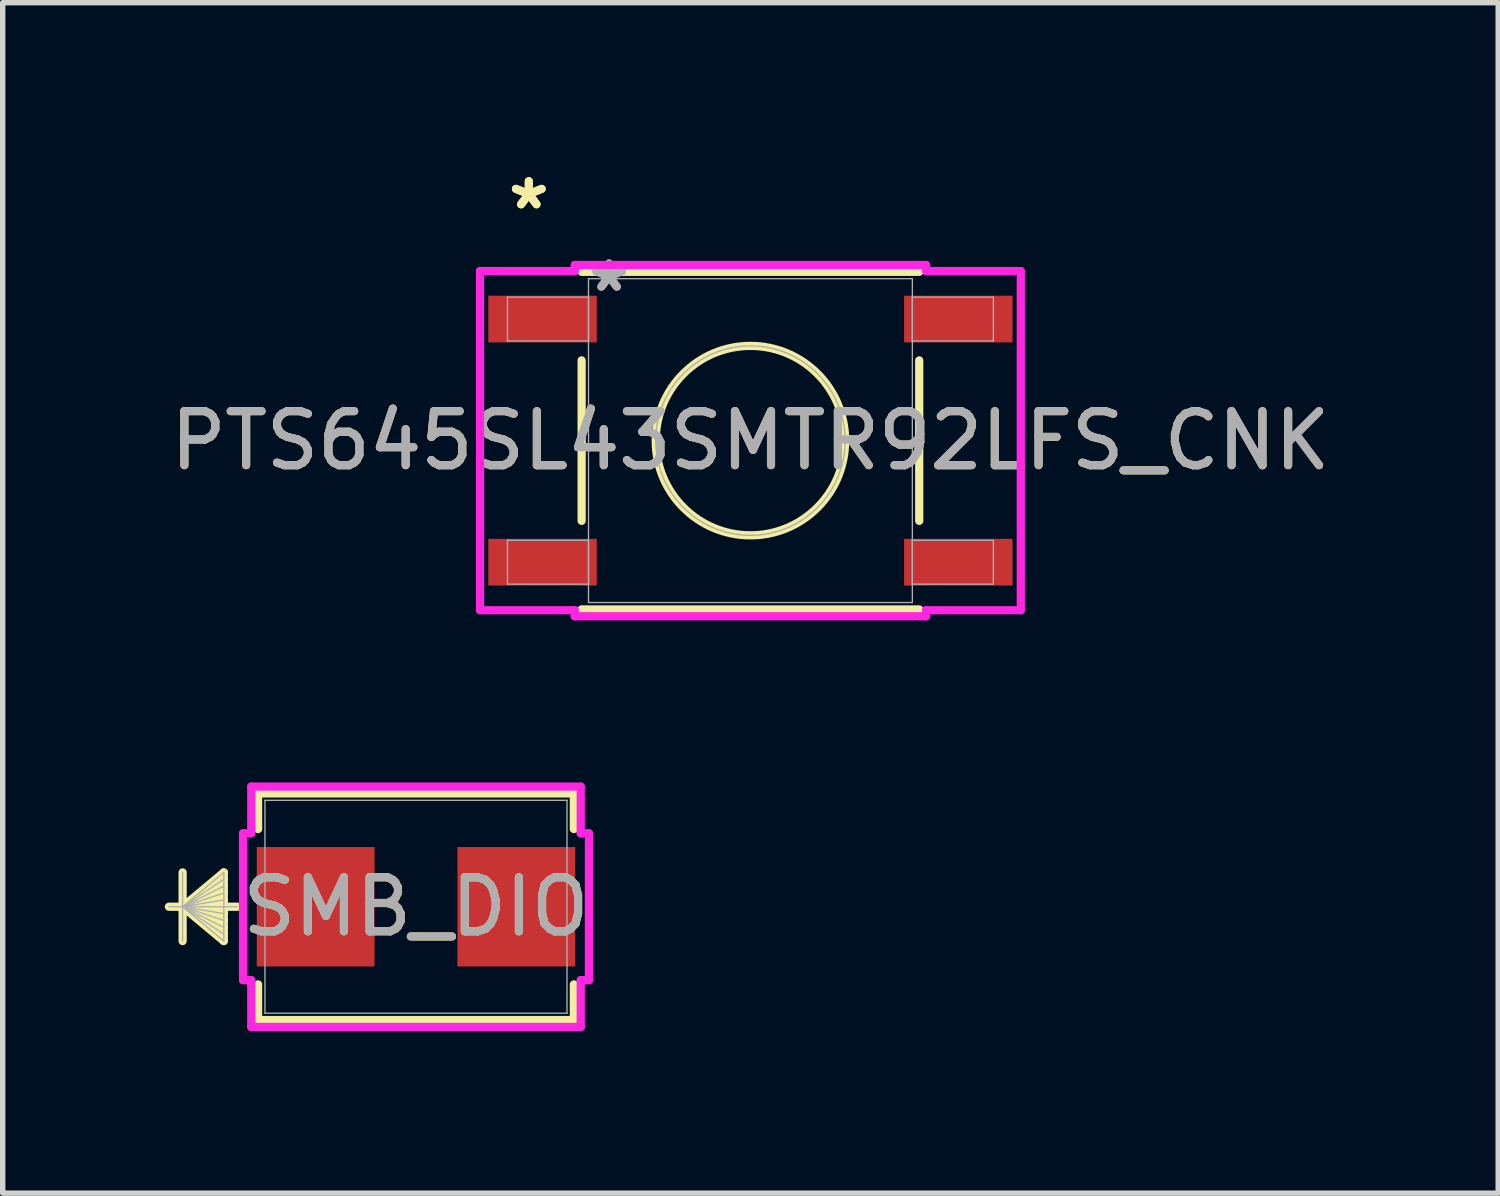
<source format=kicad_pcb>
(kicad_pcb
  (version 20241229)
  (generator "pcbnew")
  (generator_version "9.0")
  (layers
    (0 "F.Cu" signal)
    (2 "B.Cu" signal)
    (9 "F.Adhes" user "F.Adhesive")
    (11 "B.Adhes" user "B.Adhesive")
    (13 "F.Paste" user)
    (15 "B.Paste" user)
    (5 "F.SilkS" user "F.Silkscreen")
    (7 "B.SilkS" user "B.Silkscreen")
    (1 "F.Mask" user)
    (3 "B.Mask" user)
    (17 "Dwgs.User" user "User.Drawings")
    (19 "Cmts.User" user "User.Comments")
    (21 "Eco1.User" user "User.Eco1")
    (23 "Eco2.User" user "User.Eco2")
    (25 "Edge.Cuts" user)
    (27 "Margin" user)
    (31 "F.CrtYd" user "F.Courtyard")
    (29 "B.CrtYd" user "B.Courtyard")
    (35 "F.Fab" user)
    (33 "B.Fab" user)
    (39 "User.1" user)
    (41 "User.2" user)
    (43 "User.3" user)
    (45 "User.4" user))
  (footprint "SMB_DIO"
    (layer "F.Cu")
    (at 4.649 13.732)
    (property "Reference" "SMB_DIO" (at 0 0 0) (unlocked yes) (layer "F.SilkS") (effects (font (size 1 1) (thickness 0.15))))
    (attr smd)
    (fp_line (start -4.319 -0.635) (end -4.319 0.635) (stroke (width 0.152) (type solid)) (layer "F.SilkS"))
    (fp_line (start -4.319 0) (end -3.557 -0.635) (stroke (width 0.152) (type solid)) (layer "F.SilkS"))
    (fp_line (start -4.319 0) (end -3.557 -0.508) (stroke (width 0.152) (type solid)) (layer "F.SilkS"))
    (fp_line (start -4.319 0) (end -3.557 -0.381) (stroke (width 0.152) (type solid)) (layer "F.SilkS"))
    (fp_line (start -4.319 0) (end -3.557 -0.254) (stroke (width 0.152) (type solid)) (layer "F.SilkS"))
    (fp_line (start -4.319 0) (end -3.557 -0.127) (stroke (width 0.152) (type solid)) (layer "F.SilkS"))
    (fp_line (start -4.319 0) (end -3.557 0.127) (stroke (width 0.152) (type solid)) (layer "F.SilkS"))
    (fp_line (start -4.319 0) (end -3.557 0.254) (stroke (width 0.152) (type solid)) (layer "F.SilkS"))
    (fp_line (start -4.319 0) (end -3.557 0.381) (stroke (width 0.152) (type solid)) (layer "F.SilkS"))
    (fp_line (start -4.319 0) (end -3.557 0.508) (stroke (width 0.152) (type solid)) (layer "F.SilkS"))
    (fp_line (start -4.319 0) (end -3.557 0.635) (stroke (width 0.152) (type solid)) (layer "F.SilkS"))
    (fp_line (start -3.557 -0.635) (end -3.557 0.635) (stroke (width 0.152) (type solid)) (layer "F.SilkS"))
    (fp_line (start -3.303 0) (end -4.573 0) (stroke (width 0.152) (type solid)) (layer "F.SilkS"))
    (fp_line (start -2.922 -2.097) (end -2.922 -1.438) (stroke (width 0.152) (type solid)) (layer "F.SilkS"))
    (fp_line (start -2.922 1.438) (end -2.922 2.097) (stroke (width 0.152) (type solid)) (layer "F.SilkS"))
    (fp_line (start -2.922 2.097) (end 2.922 2.097) (stroke (width 0.152) (type solid)) (layer "F.SilkS"))
    (fp_line (start 2.922 -2.097) (end -2.922 -2.097) (stroke (width 0.152) (type solid)) (layer "F.SilkS"))
    (fp_line (start 2.922 -1.438) (end 2.922 -2.097) (stroke (width 0.152) (type solid)) (layer "F.SilkS"))
    (fp_line (start 2.922 2.097) (end 2.922 1.438) (stroke (width 0.152) (type solid)) (layer "F.SilkS"))
    (fp_line (start -3.201 -1.359) (end -3.049 -1.359) (stroke (width 0.152) (type solid)) (layer "F.CrtYd"))
    (fp_line (start -3.201 1.359) (end -3.201 -1.359) (stroke (width 0.152) (type solid)) (layer "F.CrtYd"))
    (fp_line (start -3.049 -2.224) (end 3.049 -2.224) (stroke (width 0.152) (type solid)) (layer "F.CrtYd"))
    (fp_line (start -3.049 -1.359) (end -3.049 -2.224) (stroke (width 0.152) (type solid)) (layer "F.CrtYd"))
    (fp_line (start -3.049 1.359) (end -3.201 1.359) (stroke (width 0.152) (type solid)) (layer "F.CrtYd"))
    (fp_line (start -3.049 2.224) (end -3.049 1.359) (stroke (width 0.152) (type solid)) (layer "F.CrtYd"))
    (fp_line (start 3.049 -2.224) (end 3.049 -1.359) (stroke (width 0.152) (type solid)) (layer "F.CrtYd"))
    (fp_line (start 3.049 -1.359) (end 3.201 -1.359) (stroke (width 0.152) (type solid)) (layer "F.CrtYd"))
    (fp_line (start 3.049 1.359) (end 3.049 2.224) (stroke (width 0.152) (type solid)) (layer "F.CrtYd"))
    (fp_line (start 3.049 2.224) (end -3.049 2.224) (stroke (width 0.152) (type solid)) (layer "F.CrtYd"))
    (fp_line (start 3.201 -1.359) (end 3.201 1.359) (stroke (width 0.152) (type solid)) (layer "F.CrtYd"))
    (fp_line (start 3.201 1.359) (end 3.049 1.359) (stroke (width 0.152) (type solid)) (layer "F.CrtYd"))
    (fp_line (start -4.319 -0.635) (end -4.319 0.635) (stroke (width 0.025) (type solid)) (layer "F.Fab"))
    (fp_line (start -4.319 0) (end -3.557 -0.635) (stroke (width 0.025) (type solid)) (layer "F.Fab"))
    (fp_line (start -4.319 0) (end -3.557 -0.508) (stroke (width 0.025) (type solid)) (layer "F.Fab"))
    (fp_line (start -4.319 0) (end -3.557 -0.381) (stroke (width 0.025) (type solid)) (layer "F.Fab"))
    (fp_line (start -4.319 0) (end -3.557 -0.254) (stroke (width 0.025) (type solid)) (layer "F.Fab"))
    (fp_line (start -4.319 0) (end -3.557 -0.127) (stroke (width 0.025) (type solid)) (layer "F.Fab"))
    (fp_line (start -4.319 0) (end -3.557 0.127) (stroke (width 0.025) (type solid)) (layer "F.Fab"))
    (fp_line (start -4.319 0) (end -3.557 0.254) (stroke (width 0.025) (type solid)) (layer "F.Fab"))
    (fp_line (start -4.319 0) (end -3.557 0.381) (stroke (width 0.025) (type solid)) (layer "F.Fab"))
    (fp_line (start -4.319 0) (end -3.557 0.508) (stroke (width 0.025) (type solid)) (layer "F.Fab"))
    (fp_line (start -4.319 0) (end -3.557 0.635) (stroke (width 0.025) (type solid)) (layer "F.Fab"))
    (fp_line (start -3.557 -0.635) (end -3.557 0.635) (stroke (width 0.025) (type solid)) (layer "F.Fab"))
    (fp_line (start -3.303 0) (end -4.573 0) (stroke (width 0.025) (type solid)) (layer "F.Fab"))
    (fp_line (start -2.795 -1.97) (end -2.795 1.97) (stroke (width 0.025) (type solid)) (layer "F.Fab"))
    (fp_line (start -2.795 1.97) (end 2.795 1.97) (stroke (width 0.025) (type solid)) (layer "F.Fab"))
    (fp_line (start 2.795 -1.97) (end -2.795 -1.97) (stroke (width 0.025) (type solid)) (layer "F.Fab"))
    (fp_line (start 2.795 1.97) (end 2.795 -1.97) (stroke (width 0.025) (type solid)) (layer "F.Fab"))
    (fp_text user "${REFERENCE}" (at 0 0 0) (unlocked yes) (layer "F.Fab") (effects (font (size 1 1) (thickness 0.15))))
    (pad "1" smd rect (at -1.857 0 90) (size 2.21 2.18) (layers "F.Cu" "F.Mask" "F.Paste"))
    (pad "2" smd rect (at 1.857 0 90) (size 2.21 2.18) (layers "F.Cu" "F.Mask" "F.Paste"))
    (zone (net_name "") (layer "F.Cu") (hatch full 0.508) (connect_pads) (min_thickness 0.254) (filled_areas_thickness no) (keepout (tracks not_allowed) (vias not_allowed) (pads allowed) (copperpour not_allowed) (footprints allowed)) (placement (enabled no)) (fill) (polygon (pts (xy 1.905 11.813) (xy 7.393 11.813) (xy 7.393 12.577) (xy 1.905 12.577))))
    (zone (net_name "") (layer "F.Cu") (hatch full 0.508) (connect_pads) (min_thickness 0.254) (filled_areas_thickness no) (keepout (tracks not_allowed) (vias not_allowed) (pads allowed) (copperpour not_allowed) (footprints allowed)) (placement (enabled no)) (fill) (polygon (pts (xy 1.905 14.888) (xy 7.393 14.888) (xy 7.393 15.652) (xy 1.905 15.652))))
    (zone (net_name "") (layer "F.Cu") (hatch full 0.508) (connect_pads) (min_thickness 0.254) (filled_areas_thickness no) (keepout (tracks not_allowed) (vias not_allowed) (pads allowed) (copperpour not_allowed) (footprints allowed)) (placement (enabled no)) (fill) (polygon (pts (xy 3.933 12.577) (xy 5.365 12.577) (xy 5.365 14.888) (xy 3.933 14.888)))))
  (footprint "PTS645SL43SMTR92LFS_CNK"
    (layer "F.Cu")
    (at 10.839 5.105)
    (property "Reference" "PTS645SL43SMTR92LFS_CNK" (at 0 0 0) (unlocked yes) (layer "F.SilkS") (effects (font (size 1 1) (thickness 0.15))))
    (attr smd)
    (fp_line (start -3.124 -1.485) (end -3.124 1.485) (stroke (width 0.152) (type solid)) (layer "F.SilkS"))
    (fp_line (start -3.124 3.124) (end 3.124 3.124) (stroke (width 0.152) (type solid)) (layer "F.SilkS"))
    (fp_line (start 3.124 -3.124) (end -3.124 -3.124) (stroke (width 0.152) (type solid)) (layer "F.SilkS"))
    (fp_line (start 3.124 1.485) (end 3.124 -1.485) (stroke (width 0.152) (type solid)) (layer "F.SilkS"))
    (fp_circle (center 0 0) (end 1.753 0) (stroke (width 0.152) (type solid)) (fill no) (layer "F.SilkS"))
    (fp_line (start -5.004 -3.139) (end -3.251 -3.139) (stroke (width 0.152) (type solid)) (layer "F.CrtYd"))
    (fp_line (start -5.004 3.139) (end -5.004 -3.139) (stroke (width 0.152) (type solid)) (layer "F.CrtYd"))
    (fp_line (start -3.251 -3.251) (end 3.251 -3.251) (stroke (width 0.152) (type solid)) (layer "F.CrtYd"))
    (fp_line (start -3.251 -3.139) (end -3.251 -3.251) (stroke (width 0.152) (type solid)) (layer "F.CrtYd"))
    (fp_line (start -3.251 3.139) (end -5.004 3.139) (stroke (width 0.152) (type solid)) (layer "F.CrtYd"))
    (fp_line (start -3.251 3.251) (end -3.251 3.139) (stroke (width 0.152) (type solid)) (layer "F.CrtYd"))
    (fp_line (start 3.251 -3.251) (end 3.251 -3.139) (stroke (width 0.152) (type solid)) (layer "F.CrtYd"))
    (fp_line (start 3.251 -3.139) (end 5.004 -3.139) (stroke (width 0.152) (type solid)) (layer "F.CrtYd"))
    (fp_line (start 3.251 3.139) (end 3.251 3.251) (stroke (width 0.152) (type solid)) (layer "F.CrtYd"))
    (fp_line (start 3.251 3.251) (end -3.251 3.251) (stroke (width 0.152) (type solid)) (layer "F.CrtYd"))
    (fp_line (start 5.004 -3.139) (end 5.004 3.139) (stroke (width 0.152) (type solid)) (layer "F.CrtYd"))
    (fp_line (start 5.004 3.139) (end 3.251 3.139) (stroke (width 0.152) (type solid)) (layer "F.CrtYd"))
    (fp_line (start -4.496 -2.656) (end -4.496 -1.844) (stroke (width 0.025) (type solid)) (layer "F.Fab"))
    (fp_line (start -4.496 -1.844) (end -2.997 -1.844) (stroke (width 0.025) (type solid)) (layer "F.Fab"))
    (fp_line (start -4.496 1.844) (end -4.496 2.656) (stroke (width 0.025) (type solid)) (layer "F.Fab"))
    (fp_line (start -4.496 2.656) (end -2.997 2.656) (stroke (width 0.025) (type solid)) (layer "F.Fab"))
    (fp_line (start -2.997 -2.997) (end -2.997 2.997) (stroke (width 0.025) (type solid)) (layer "F.Fab"))
    (fp_line (start -2.997 -2.656) (end -4.496 -2.656) (stroke (width 0.025) (type solid)) (layer "F.Fab"))
    (fp_line (start -2.997 -1.844) (end -2.997 -2.656) (stroke (width 0.025) (type solid)) (layer "F.Fab"))
    (fp_line (start -2.997 1.844) (end -4.496 1.844) (stroke (width 0.025) (type solid)) (layer "F.Fab"))
    (fp_line (start -2.997 2.656) (end -2.997 1.844) (stroke (width 0.025) (type solid)) (layer "F.Fab"))
    (fp_line (start -2.997 2.997) (end 2.997 2.997) (stroke (width 0.025) (type solid)) (layer "F.Fab"))
    (fp_line (start 2.997 -2.997) (end -2.997 -2.997) (stroke (width 0.025) (type solid)) (layer "F.Fab"))
    (fp_line (start 2.997 -2.656) (end 2.997 -1.844) (stroke (width 0.025) (type solid)) (layer "F.Fab"))
    (fp_line (start 2.997 -1.844) (end 4.496 -1.844) (stroke (width 0.025) (type solid)) (layer "F.Fab"))
    (fp_line (start 2.997 1.844) (end 2.997 2.656) (stroke (width 0.025) (type solid)) (layer "F.Fab"))
    (fp_line (start 2.997 2.656) (end 4.496 2.656) (stroke (width 0.025) (type solid)) (layer "F.Fab"))
    (fp_line (start 2.997 2.997) (end 2.997 -2.997) (stroke (width 0.025) (type solid)) (layer "F.Fab"))
    (fp_line (start 4.496 -2.656) (end 2.997 -2.656) (stroke (width 0.025) (type solid)) (layer "F.Fab"))
    (fp_line (start 4.496 -1.844) (end 4.496 -2.656) (stroke (width 0.025) (type solid)) (layer "F.Fab"))
    (fp_line (start 4.496 1.844) (end 2.997 1.844) (stroke (width 0.025) (type solid)) (layer "F.Fab"))
    (fp_line (start 4.496 2.656) (end 4.496 1.844) (stroke (width 0.025) (type solid)) (layer "F.Fab"))
    (fp_circle (center 0 0) (end 1.753 0) (stroke (width 0.025) (type solid)) (fill no) (layer "F.Fab"))
    (fp_text user "*" (at -4.102 -4.257 0) (layer "F.SilkS") (effects (font (size 1 1) (thickness 0.15))))
    (fp_text user "*" (at -4.102 -4.257 0) (unlocked yes) (layer "F.SilkS") (effects (font (size 1 1) (thickness 0.15))))
    (fp_text user "${REFERENCE}" (at 0 0 0) (unlocked yes) (layer "F.Fab") (effects (font (size 1 1) (thickness 0.15))))
    (fp_text user "*" (at -2.616 -2.733 0) (layer "F.Fab") (effects (font (size 1 1) (thickness 0.15))))
    (fp_text user "*" (at -2.616 -2.733 0) (unlocked yes) (layer "F.Fab") (effects (font (size 1 1) (thickness 0.15))))
    (pad "1" smd rect (at -3.848 -2.25) (size 2.007 0.864) (layers "F.Cu" "F.Mask" "F.Paste"))
    (pad "1" smd rect (at 3.848 -2.25) (size 2.007 0.864) (layers "F.Cu" "F.Mask" "F.Paste"))
    (pad "2" smd rect (at -3.848 2.25) (size 2.007 0.864) (layers "F.Cu" "F.Mask" "F.Paste"))
    (pad "2" smd rect (at 3.848 2.25) (size 2.007 0.864) (layers "F.Cu" "F.Mask" "F.Paste")))
  (gr_rect
    (start -3 -3)
    (end 24.679 19.033)
    (stroke (width 0.1) (type default))
    (fill no)
    (layer "Edge.Cuts")))
</source>
